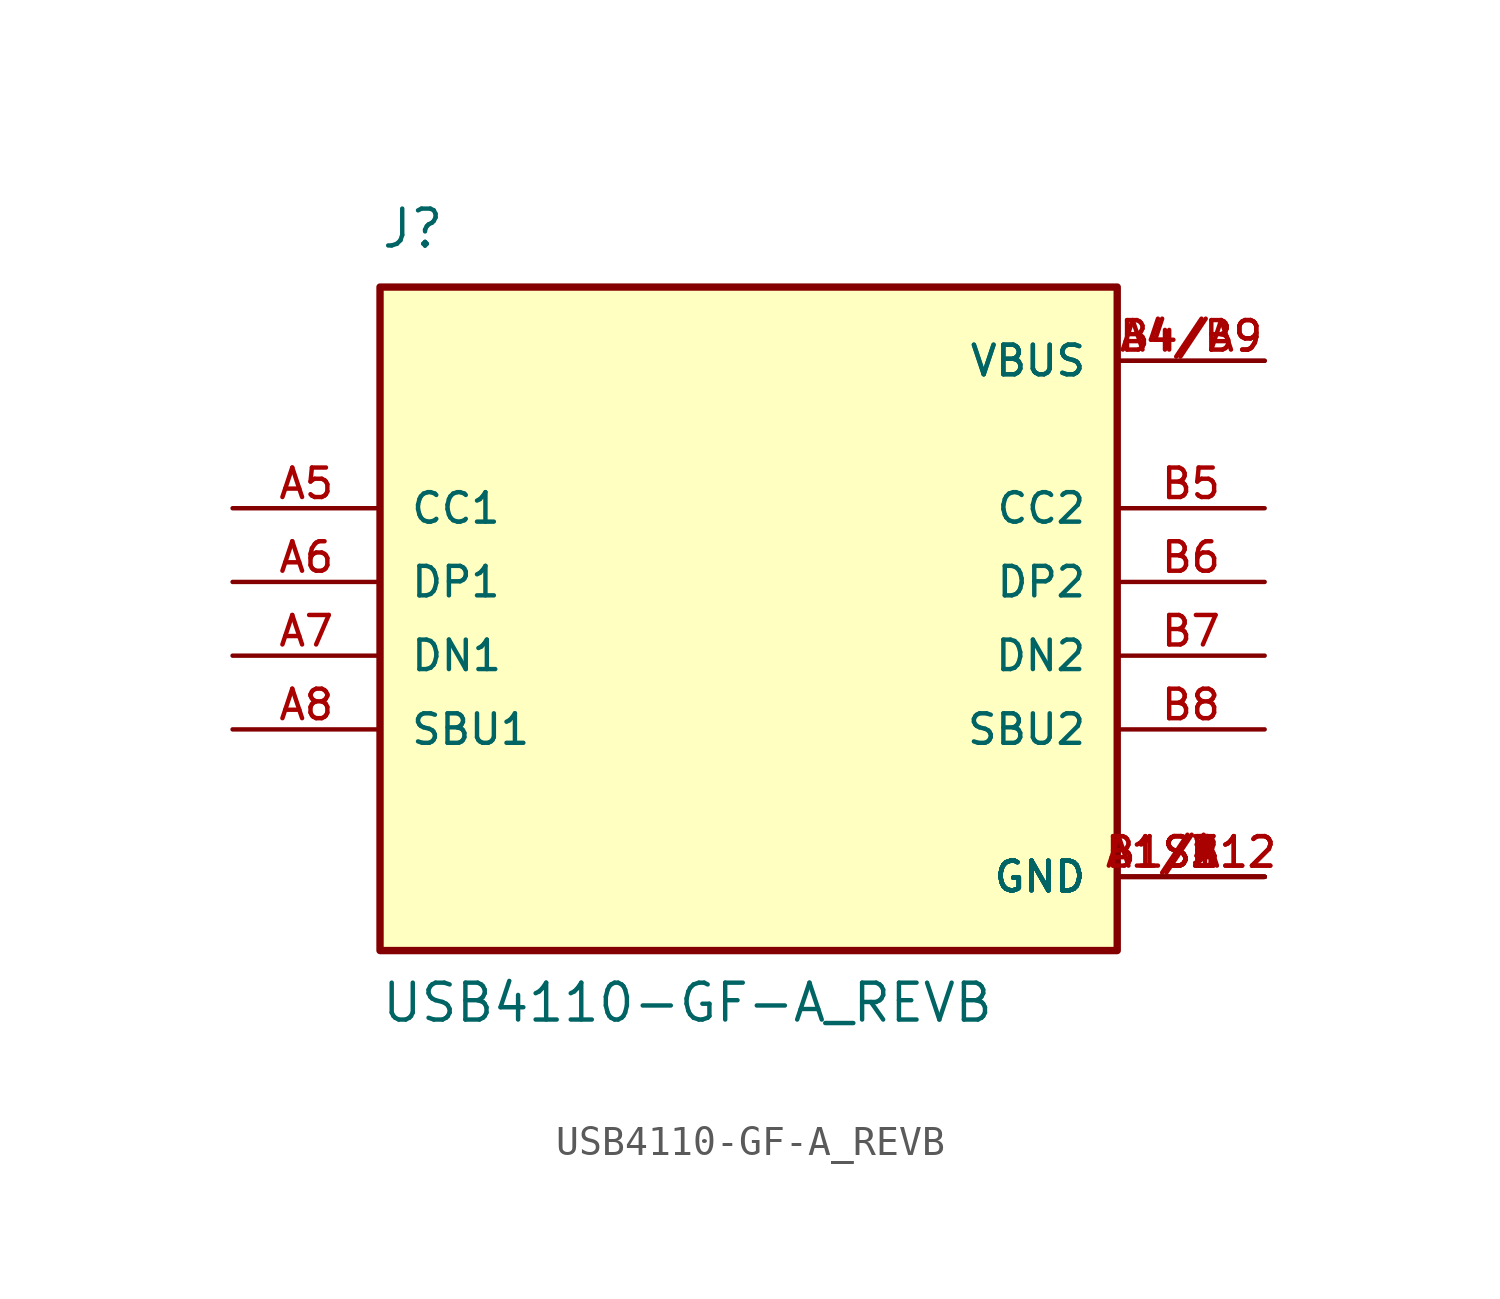
<source format=kicad_sym>
(kicad_symbol_lib
  (version 20211014)
  (generator kicad_symbol_editor)
  (symbol "USB4110-GF-A_REVB"
    (pin_names
      (offset 1.016))
    (property "Reference" "J"
      (at -12.7 11.43 0)
      (effects (font (size 1.27 1.27)) (justify bottom left)))
    (property "Value" "USB4110-GF-A_REVB"
      (at -12.7 -15.24 0)
      (effects (font (size 1.27 1.27)) (justify bottom left)))
    (symbol "USB4110-GF-A_REVB_0_0"
      (rectangle (start -12.7 -12.7) (end 12.7 10.16) (stroke (width 0.254)) (fill (type background)))
      (pin bidirectional line (at -17.78 2.54 0) (length 5.08) (name "CC1" (effects (font (size 1.016 1.016)))) (number "A5" (effects (font (size 1.016 1.016)))))
      (pin bidirectional line (at -17.78 0.0 0) (length 5.08) (name "DP1" (effects (font (size 1.016 1.016)))) (number "A6" (effects (font (size 1.016 1.016)))))
      (pin bidirectional line (at -17.78 -2.54 0) (length 5.08) (name "DN1" (effects (font (size 1.016 1.016)))) (number "A7" (effects (font (size 1.016 1.016)))))
      (pin bidirectional line (at -17.78 -5.08 0) (length 5.08) (name "SBU1" (effects (font (size 1.016 1.016)))) (number "A8" (effects (font (size 1.016 1.016)))))
      (pin power_in line (at 17.78 7.62 180.0) (length 5.08) (name "VBUS" (effects (font (size 1.016 1.016)))) (number "A4/B9" (effects (font (size 1.016 1.016)))))
      (pin power_in line (at 17.78 7.62 180.0) (length 5.08) (name "VBUS" (effects (font (size 1.016 1.016)))) (number "B4/A9" (effects (font (size 1.016 1.016)))))
      (pin bidirectional line (at 17.78 2.54 180.0) (length 5.08) (name "CC2" (effects (font (size 1.016 1.016)))) (number "B5" (effects (font (size 1.016 1.016)))))
      (pin bidirectional line (at 17.78 0.0 180.0) (length 5.08) (name "DP2" (effects (font (size 1.016 1.016)))) (number "B6" (effects (font (size 1.016 1.016)))))
      (pin bidirectional line (at 17.78 -2.54 180.0) (length 5.08) (name "DN2" (effects (font (size 1.016 1.016)))) (number "B7" (effects (font (size 1.016 1.016)))))
      (pin bidirectional line (at 17.78 -5.08 180.0) (length 5.08) (name "SBU2" (effects (font (size 1.016 1.016)))) (number "B8" (effects (font (size 1.016 1.016)))))
      (pin power_in line (at 17.78 -10.16 180.0) (length 5.08) (name "GND" (effects (font (size 1.016 1.016)))) (number "A1/B12" (effects (font (size 1.016 1.016)))))
      (pin power_in line (at 17.78 -10.16 180.0) (length 5.08) (name "GND" (effects (font (size 1.016 1.016)))) (number "B1/A12" (effects (font (size 1.016 1.016)))))
      (pin power_in line (at 17.78 -10.16 180.0) (length 5.08) (name "GND" (effects (font (size 1.016 1.016)))) (number "S1" (effects (font (size 1.016 1.016)))))
      (pin power_in line (at 17.78 -10.16 180.0) (length 5.08) (name "GND" (effects (font (size 1.016 1.016)))) (number "S2" (effects (font (size 1.016 1.016)))))
      (pin power_in line (at 17.78 -10.16 180.0) (length 5.08) (name "GND" (effects (font (size 1.016 1.016)))) (number "S3" (effects (font (size 1.016 1.016)))))
      (pin power_in line (at 17.78 -10.16 180.0) (length 5.08) (name "GND" (effects (font (size 1.016 1.016)))) (number "S4" (effects (font (size 1.016 1.016))))))))
</source>
